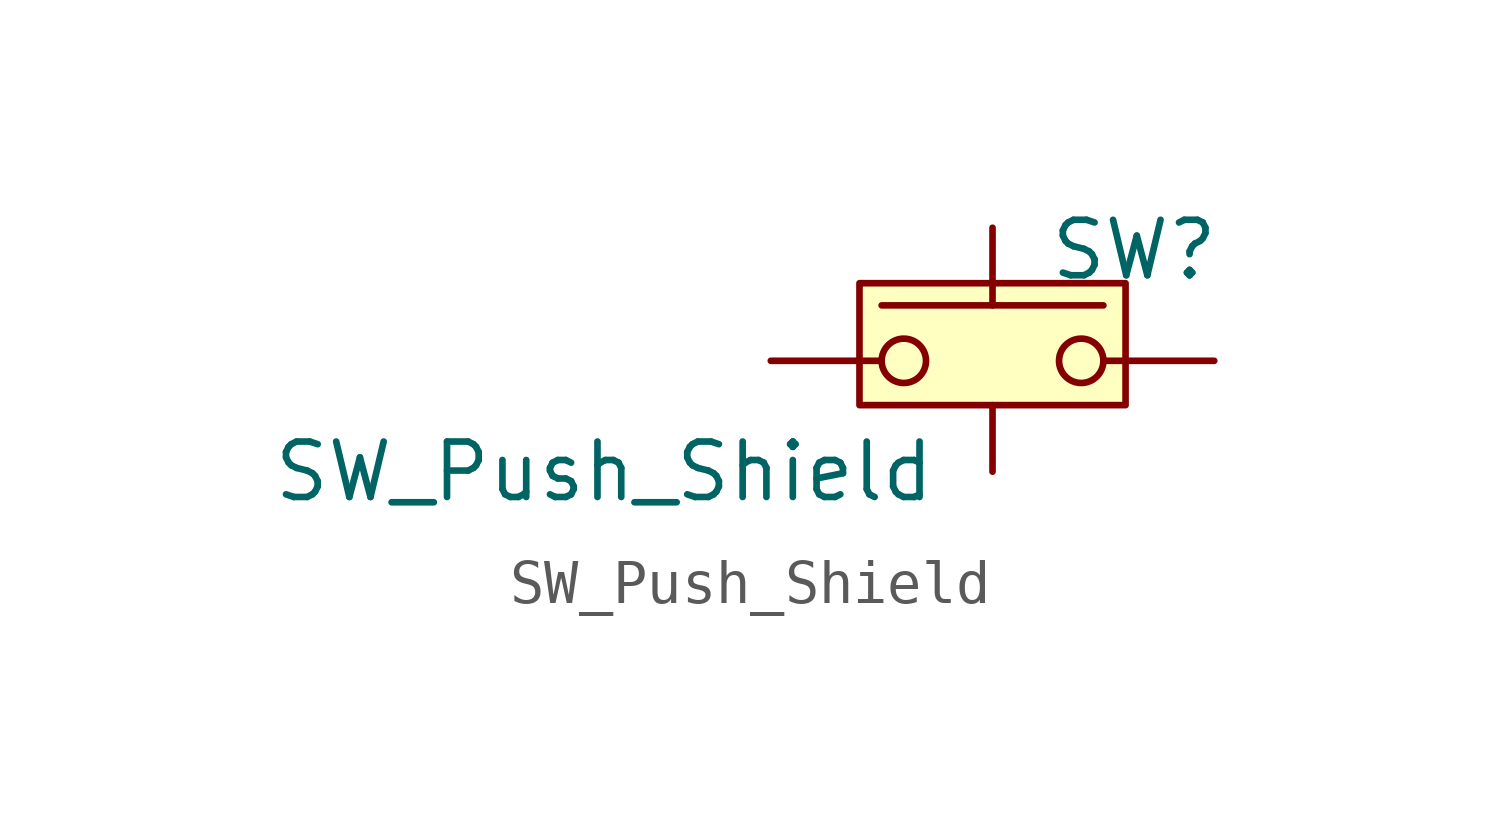
<source format=kicad_sym>
(kicad_symbol_lib
  (version 20231120)
  (generator "kicad_symbol_editor")
  (generator_version "8.0")
  (symbol "SW_Push_Shield"
    (pin_numbers hide)
    (pin_names
      (offset 1.016) hide)
    (property "Reference" "SW"
      (at 1.27 2.54 0)
      (effects (font (size 1.27 1.27)) (justify left)))
    (property "Value" "SW_Push_Shield"
      (at -1.27 -2.54 0)
      (effects (font (size 1.27 1.27)) (justify right)))
    (symbol "SW_Push_Shield_0_1"
      (rectangle (start -3.048 1.778) (end 3.048 -1.016) (stroke (width 0) (type default)) (fill (type background)))
      (circle (center -2.032 0) (radius 0.508) (stroke (width 0) (type default)) (fill (type none)))
      (polyline (pts (xy 0 1.27) (xy 0 3.048)) (stroke (width 0) (type default)) (fill (type none)))
      (polyline (pts (xy 2.54 1.27) (xy -2.54 1.27)) (stroke (width 0) (type default)) (fill (type none)))
      (circle (center 2.032 0) (radius 0.508) (stroke (width 0) (type default)) (fill (type none)))
      (pin passive line (at -5.08 0 0) (length 2.54) (name "1" (effects (font (size 1.27 1.27)))) (number "1" (effects (font (size 1.27 1.27)))))
      (pin passive line (at 5.08 0 180) (length 2.54) (name "2" (effects (font (size 1.27 1.27)))) (number "2" (effects (font (size 1.27 1.27)))))
      (pin passive line (at 0 -2.54 90) (length 1.524) (name "3" (effects (font (size 1.27 1.27)))) (number "3" (effects (font (size 1.27 1.27))))))))
</source>
